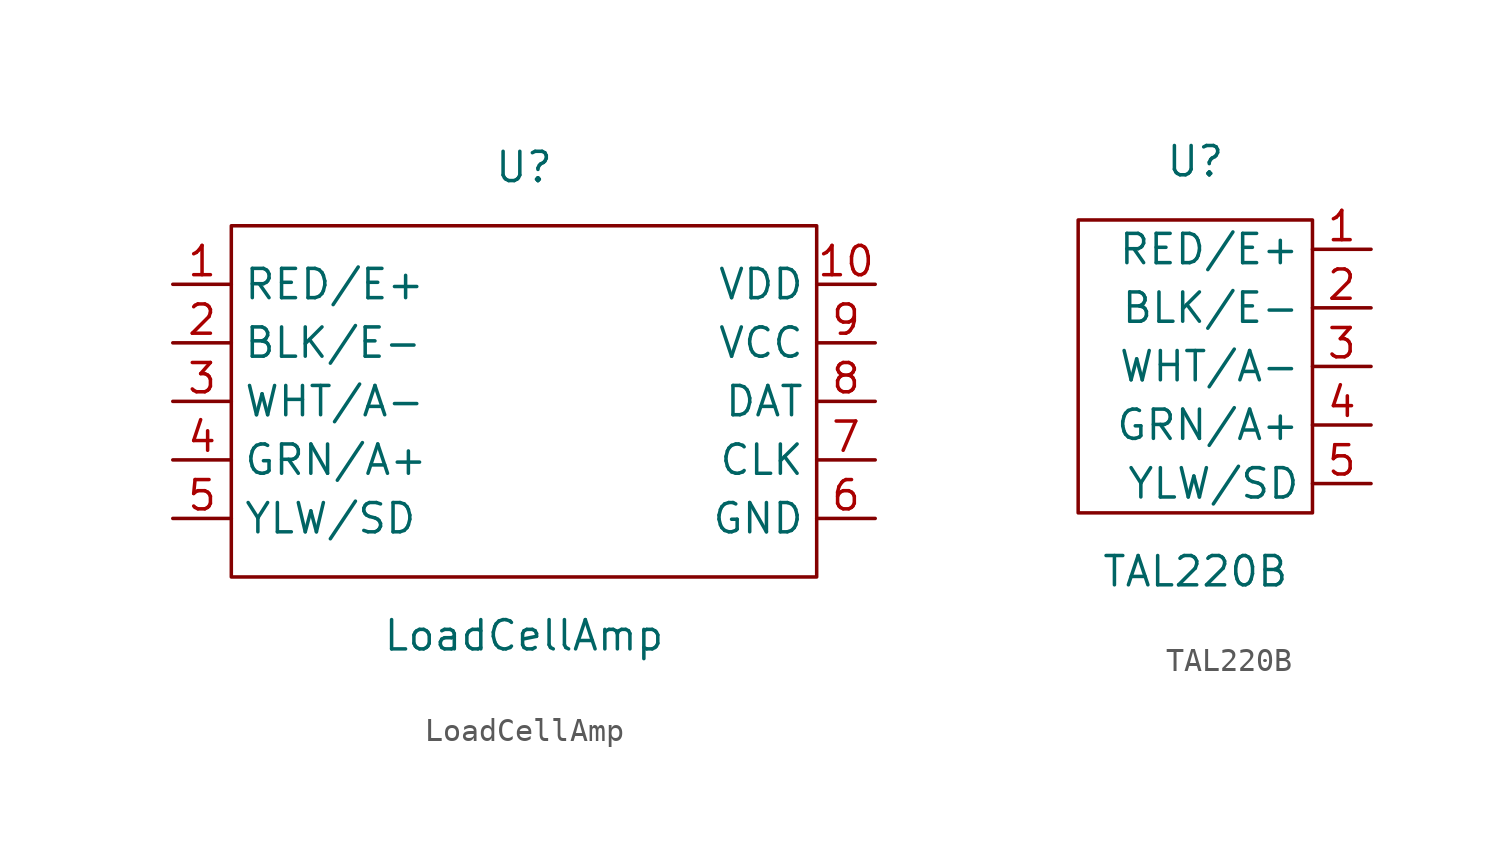
<source format=kicad_sym>
(kicad_symbol_lib
  (version 20211014)
  (generator kicad_symbol_editor)
  (symbol "LoadCellAmp"
    (property "Reference" "U"
      (at 0 10.16 0)
      (effects (font (size 1.27 1.27))))
    (property "Value" "LoadCellAmp"
      (at 0 -10.16 0)
      (effects (font (size 1.27 1.27))))
    (symbol "LoadCellAmp_0_1"
      (rectangle (start -12.7 7.62) (end 12.7 -7.62) (stroke (width 0) (type default) (color 0 0 0 0)) (fill (type none))))
    (symbol "LoadCellAmp_1_1"
      (pin bidirectional line (at -15.24 5.08 0) (length 2.54) (name "RED/E+" (effects (font (size 1.27 1.27)))) (number "1" (effects (font (size 1.27 1.27)))))
      (pin bidirectional line (at 15.24 5.08 180) (length 2.54) (name "VDD" (effects (font (size 1.27 1.27)))) (number "10" (effects (font (size 1.27 1.27)))))
      (pin bidirectional line (at -15.24 2.54 0) (length 2.54) (name "BLK/E-" (effects (font (size 1.27 1.27)))) (number "2" (effects (font (size 1.27 1.27)))))
      (pin bidirectional line (at -15.24 0 0) (length 2.54) (name "WHT/A-" (effects (font (size 1.27 1.27)))) (number "3" (effects (font (size 1.27 1.27)))))
      (pin bidirectional line (at -15.24 -2.54 0) (length 2.54) (name "GRN/A+" (effects (font (size 1.27 1.27)))) (number "4" (effects (font (size 1.27 1.27)))))
      (pin bidirectional line (at -15.24 -5.08 0) (length 2.54) (name "YLW/SD" (effects (font (size 1.27 1.27)))) (number "5" (effects (font (size 1.27 1.27)))))
      (pin output line (at 15.24 -5.08 180) (length 2.54) (name "GND" (effects (font (size 1.27 1.27)))) (number "6" (effects (font (size 1.27 1.27)))))
      (pin bidirectional line (at 15.24 -2.54 180) (length 2.54) (name "CLK" (effects (font (size 1.27 1.27)))) (number "7" (effects (font (size 1.27 1.27)))))
      (pin bidirectional line (at 15.24 0 180) (length 2.54) (name "DAT" (effects (font (size 1.27 1.27)))) (number "8" (effects (font (size 1.27 1.27)))))
      (pin bidirectional line (at 15.24 2.54 180) (length 2.54) (name "VCC" (effects (font (size 1.27 1.27)))) (number "9" (effects (font (size 1.27 1.27)))))))
  (symbol "TAL220B"
    (property "Reference" "U"
      (at 0 10.16 0)
      (effects (font (size 1.27 1.27))))
    (property "Value" "TAL220B"
      (at 0 -7.62 0)
      (effects (font (size 1.27 1.27))))
    (symbol "TAL220B_0_1"
      (rectangle (start -5.08 7.62) (end 5.08 -5.08) (stroke (width 0) (type default) (color 0 0 0 0)) (fill (type none))))
    (symbol "TAL220B_1_1"
      (pin bidirectional line (at 7.62 6.35 180) (length 2.54) (name "RED/E+" (effects (font (size 1.27 1.27)))) (number "1" (effects (font (size 1.27 1.27)))))
      (pin bidirectional line (at 7.62 3.81 180) (length 2.54) (name "BLK/E-" (effects (font (size 1.27 1.27)))) (number "2" (effects (font (size 1.27 1.27)))))
      (pin bidirectional line (at 7.62 1.27 180) (length 2.54) (name "WHT/A-" (effects (font (size 1.27 1.27)))) (number "3" (effects (font (size 1.27 1.27)))))
      (pin bidirectional line (at 7.62 -1.27 180) (length 2.54) (name "GRN/A+" (effects (font (size 1.27 1.27)))) (number "4" (effects (font (size 1.27 1.27)))))
      (pin bidirectional line (at 7.62 -3.81 180) (length 2.54) (name "YLW/SD" (effects (font (size 1.27 1.27)))) (number "5" (effects (font (size 1.27 1.27))))))))
</source>
